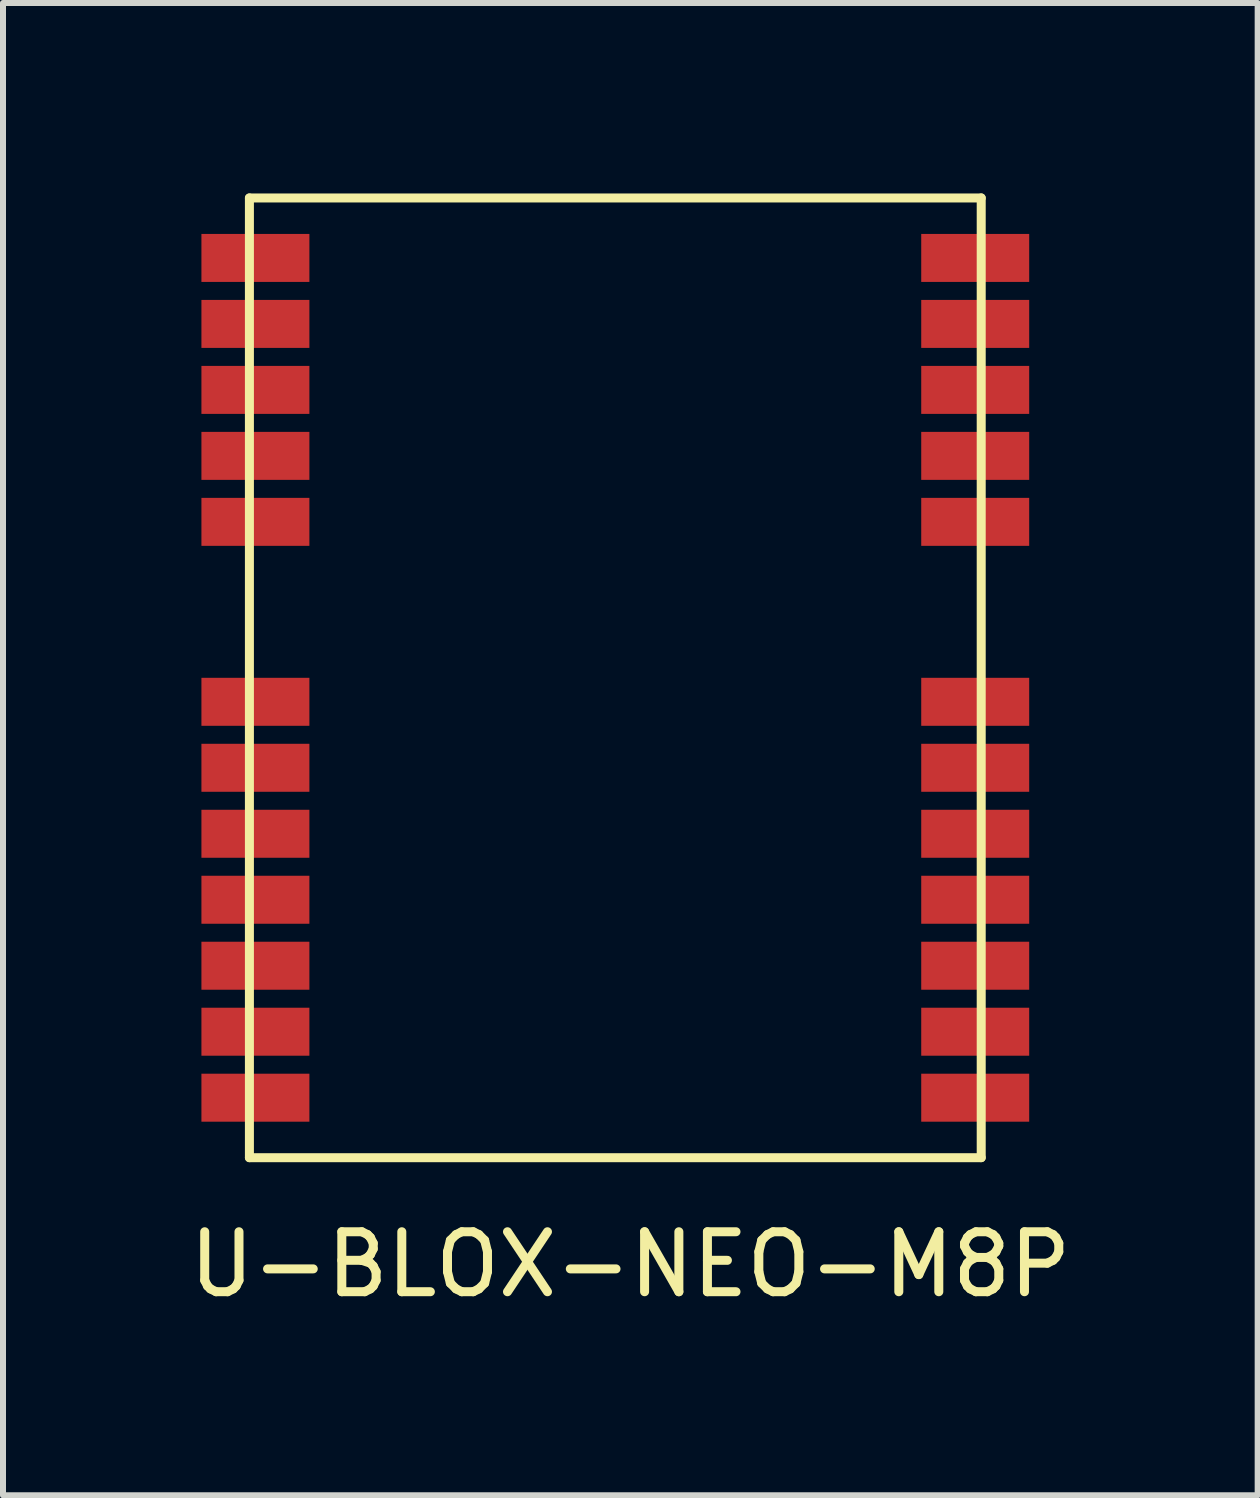
<source format=kicad_pcb>
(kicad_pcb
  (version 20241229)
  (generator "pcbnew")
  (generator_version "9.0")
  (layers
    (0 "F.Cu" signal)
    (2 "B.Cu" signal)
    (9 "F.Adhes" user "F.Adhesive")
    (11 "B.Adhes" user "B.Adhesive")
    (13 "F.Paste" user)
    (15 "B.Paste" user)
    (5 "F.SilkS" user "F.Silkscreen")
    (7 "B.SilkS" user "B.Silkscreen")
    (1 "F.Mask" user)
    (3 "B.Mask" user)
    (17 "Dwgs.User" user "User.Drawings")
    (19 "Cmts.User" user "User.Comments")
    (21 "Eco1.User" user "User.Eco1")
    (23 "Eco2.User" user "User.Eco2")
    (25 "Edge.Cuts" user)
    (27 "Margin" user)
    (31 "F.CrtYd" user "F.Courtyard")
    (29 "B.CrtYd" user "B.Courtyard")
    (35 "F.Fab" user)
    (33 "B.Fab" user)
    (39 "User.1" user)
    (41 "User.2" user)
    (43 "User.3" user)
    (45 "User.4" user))
  (footprint "U-BLOX-NEO-M8P"
    (layer "F.Cu")
    (at 1.108 0.25)
    (property "Reference" "U-BLOX-NEO-M8P" (at 6.35 17.78 0) (layer "F.SilkS") (effects (font (size 1 1) (thickness 0.15))))
    (attr through_hole)
    (fp_line (start 0 0) (end 0 16) (stroke (width 0.15) (type solid)) (layer "F.SilkS"))
    (fp_line (start 0 0) (end 12.2 0) (stroke (width 0.15) (type solid)) (layer "F.SilkS"))
    (fp_line (start 0 16) (end 12.2 16) (stroke (width 0.15) (type solid)) (layer "F.SilkS"))
    (fp_line (start 12.2 0) (end 12.2 16) (stroke (width 0.15) (type solid)) (layer "F.SilkS"))
    (pad "1" smd rect (at 12.1 15) (size 1.8 0.8) (layers "F.Cu" "F.Mask" "F.Paste"))
    (pad "2" smd rect (at 12.1 13.9) (size 1.8 0.8) (layers "F.Cu" "F.Mask" "F.Paste"))
    (pad "3" smd rect (at 12.1 12.8) (size 1.8 0.8) (layers "F.Cu" "F.Mask" "F.Paste"))
    (pad "4" smd rect (at 12.1 11.7) (size 1.8 0.8) (layers "F.Cu" "F.Mask" "F.Paste"))
    (pad "5" smd rect (at 12.1 10.6) (size 1.8 0.8) (layers "F.Cu" "F.Mask" "F.Paste"))
    (pad "6" smd rect (at 12.1 9.5) (size 1.8 0.8) (layers "F.Cu" "F.Mask" "F.Paste"))
    (pad "7" smd rect (at 12.1 8.4) (size 1.8 0.8) (layers "F.Cu" "F.Mask" "F.Paste"))
    (pad "8" smd rect (at 12.1 5.4) (size 1.8 0.8) (layers "F.Cu" "F.Mask" "F.Paste"))
    (pad "9" smd rect (at 12.1 4.3) (size 1.8 0.8) (layers "F.Cu" "F.Mask" "F.Paste"))
    (pad "10" smd rect (at 12.1 3.2) (size 1.8 0.8) (layers "F.Cu" "F.Mask" "F.Paste"))
    (pad "11" smd rect (at 12.1 2.1) (size 1.8 0.8) (layers "F.Cu" "F.Mask" "F.Paste"))
    (pad "12" smd rect (at 12.1 1) (size 1.8 0.8) (layers "F.Cu" "F.Mask" "F.Paste"))
    (pad "13" smd rect (at 0.1 1) (size 1.8 0.8) (layers "F.Cu" "F.Mask" "F.Paste"))
    (pad "14" smd rect (at 0.1 2.1) (size 1.8 0.8) (layers "F.Cu" "F.Mask" "F.Paste"))
    (pad "15" smd rect (at 0.1 3.2) (size 1.8 0.8) (layers "F.Cu" "F.Mask" "F.Paste"))
    (pad "16" smd rect (at 0.1 4.3) (size 1.8 0.8) (layers "F.Cu" "F.Mask" "F.Paste"))
    (pad "17" smd rect (at 0.1 5.4) (size 1.8 0.8) (layers "F.Cu" "F.Mask" "F.Paste"))
    (pad "18" smd rect (at 0.1 8.4) (size 1.8 0.8) (layers "F.Cu" "F.Mask" "F.Paste"))
    (pad "19" smd rect (at 0.1 9.5) (size 1.8 0.8) (layers "F.Cu" "F.Mask" "F.Paste"))
    (pad "20" smd rect (at 0.1 10.6) (size 1.8 0.8) (layers "F.Cu" "F.Mask" "F.Paste"))
    (pad "21" smd rect (at 0.1 11.7) (size 1.8 0.8) (layers "F.Cu" "F.Mask" "F.Paste"))
    (pad "22" smd rect (at 0.1 12.8) (size 1.8 0.8) (layers "F.Cu" "F.Mask" "F.Paste"))
    (pad "23" smd rect (at 0.1 13.9) (size 1.8 0.8) (layers "F.Cu" "F.Mask" "F.Paste"))
    (pad "24" smd rect (at 0.1 15) (size 1.8 0.8) (layers "F.Cu" "F.Mask" "F.Paste")))
  (gr_rect
    (start -3 -3)
    (end 17.917 21.878)
    (stroke (width 0.1) (type default))
    (fill no)
    (layer "Edge.Cuts")))
</source>
